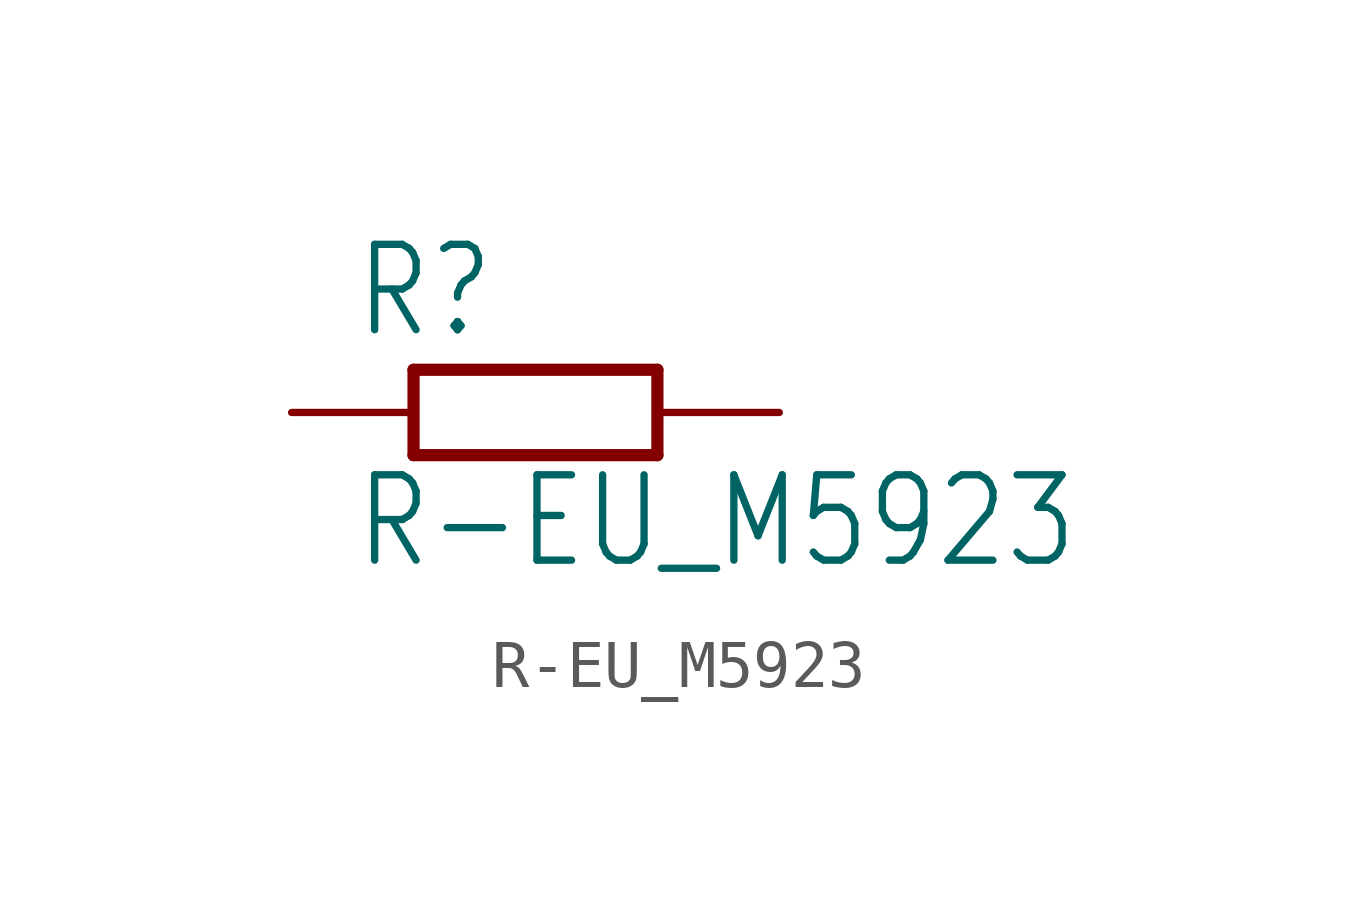
<source format=kicad_sym>
(kicad_symbol_lib
  (version 20220914)
  (generator kicad_symbol_editor)
  (symbol "R-EU_M5923"
    (property "Reference" "R"
      (at -3.81 1.499 0)
      (effects (font (size 1.778 1.511)) (justify left bottom)))
    (property "Value" "R-EU_M5923"
      (at -3.81 -3.302 0)
      (effects (font (size 1.778 1.511)) (justify left bottom)))
    (property "ki_locked" ""
      (at 0 0 0)
      (effects (font (size 1.27 1.27))))
    (symbol "R-EU_M5923_1_0"
      (polyline (pts (xy -2.54 -0.889) (xy -2.54 0.889)) (stroke (width 0.254) (type default)) (fill (type none)))
      (polyline (pts (xy -2.54 -0.889) (xy 2.54 -0.889)) (stroke (width 0.254) (type default)) (fill (type none)))
      (polyline (pts (xy 2.54 -0.889) (xy 2.54 0.889)) (stroke (width 0.254) (type default)) (fill (type none)))
      (polyline (pts (xy 2.54 0.889) (xy -2.54 0.889)) (stroke (width 0.254) (type default)) (fill (type none)))
      (pin passive line (at -5.08 0 0) (length 2.54) (name "1" (effects (font (size 0 0)))) (number "1" (effects (font (size 0 0)))))
      (pin passive line (at 5.08 0 180) (length 2.54) (name "2" (effects (font (size 0 0)))) (number "2" (effects (font (size 0 0))))))))
</source>
